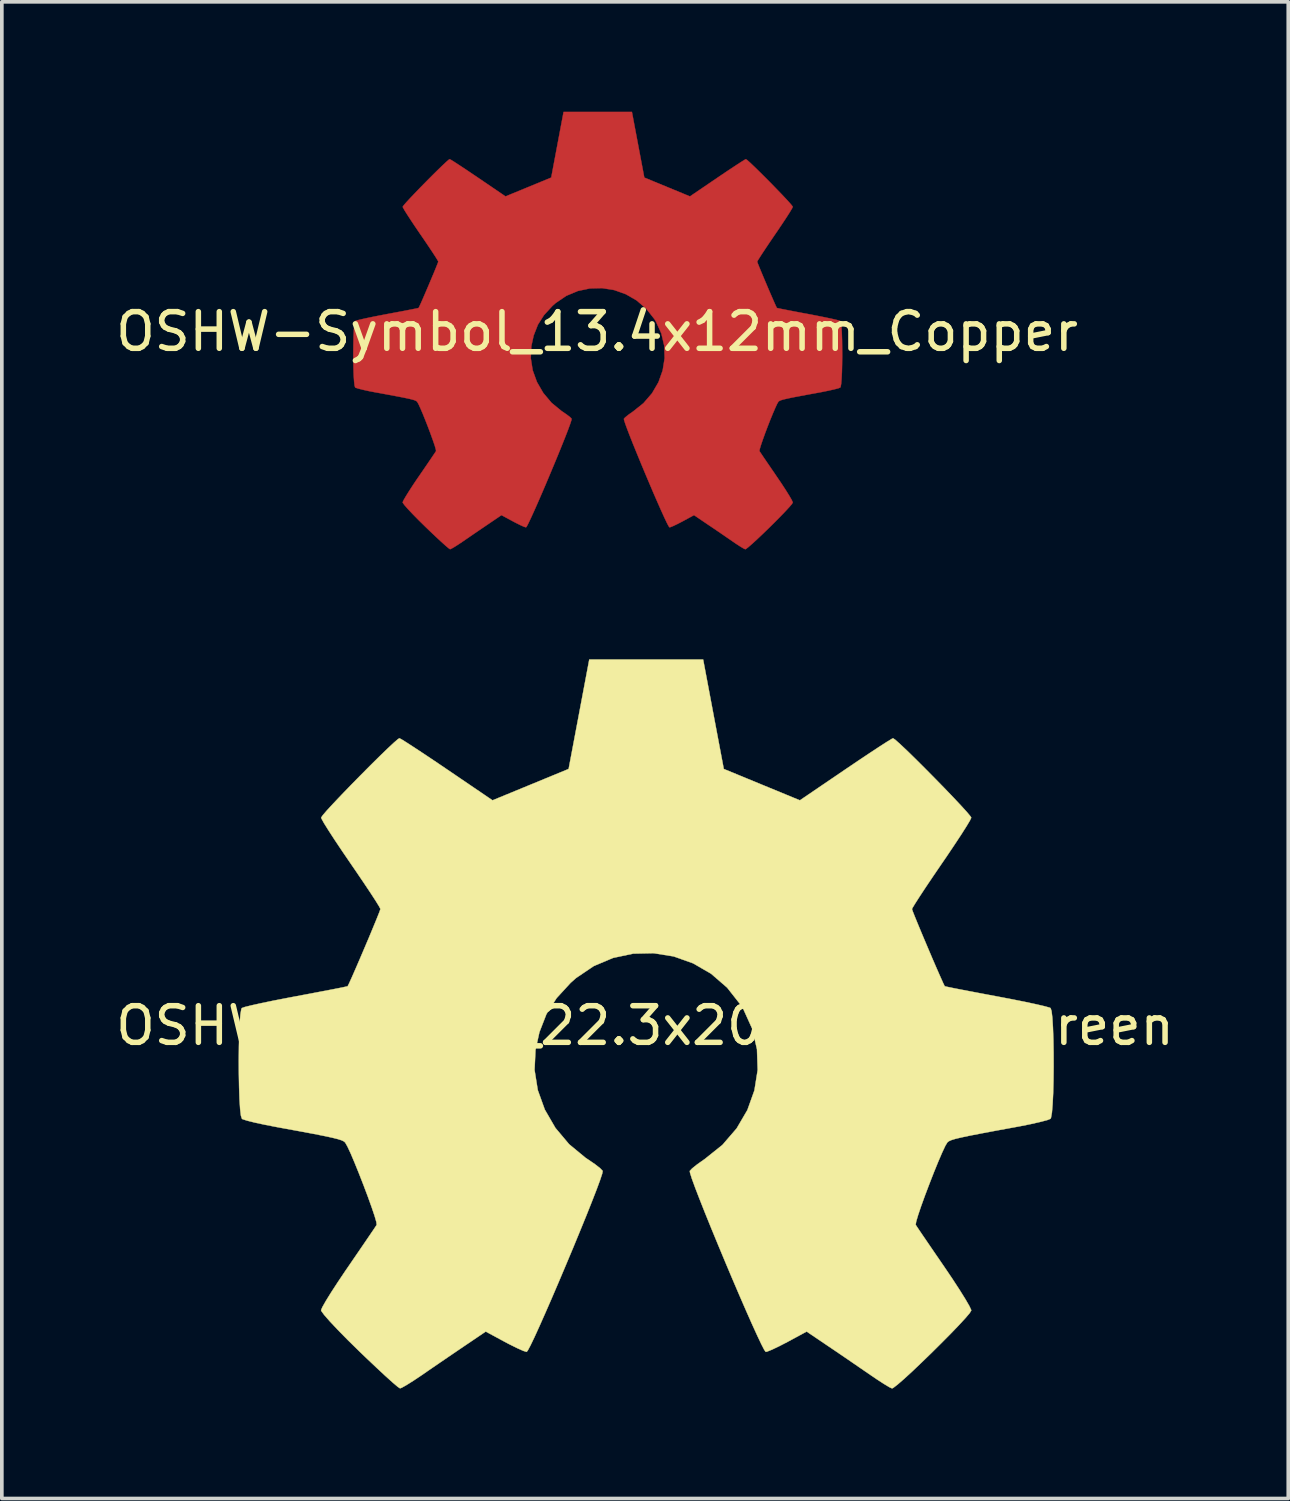
<source format=kicad_pcb>
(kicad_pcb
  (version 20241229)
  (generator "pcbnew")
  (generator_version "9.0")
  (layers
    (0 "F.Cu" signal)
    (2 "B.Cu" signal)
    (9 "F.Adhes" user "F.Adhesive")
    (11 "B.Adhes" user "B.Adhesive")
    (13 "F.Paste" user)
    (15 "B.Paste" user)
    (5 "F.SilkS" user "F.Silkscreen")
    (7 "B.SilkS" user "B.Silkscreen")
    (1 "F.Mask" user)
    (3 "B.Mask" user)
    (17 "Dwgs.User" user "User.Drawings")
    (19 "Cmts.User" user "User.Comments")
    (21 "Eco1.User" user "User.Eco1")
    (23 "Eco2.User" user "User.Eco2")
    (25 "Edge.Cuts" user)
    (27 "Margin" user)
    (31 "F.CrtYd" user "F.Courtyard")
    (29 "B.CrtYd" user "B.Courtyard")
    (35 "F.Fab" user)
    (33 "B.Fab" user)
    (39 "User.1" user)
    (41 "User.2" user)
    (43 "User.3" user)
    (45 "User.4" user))
  (footprint "OSHW-Symbol_22.3x20mm_SilkScreen"
    (layer "F.Cu")
    (at 14.554 24.941)
    (property "Reference" "OSHW-Symbol_22.3x20mm_SilkScreen" (at 0 0 0) (layer "F.SilkS") (effects (font (size 1 1) (thickness 0.15))))
    (attr exclude_from_pos_files exclude_from_bom)
    (fp_poly (pts (xy 1.866 -8.499) (xy 2.148 -7.006) (xy 3.186 -6.578) (xy 4.225 -6.15) (xy 5.471 -6.997) (xy 5.82 -7.233) (xy 6.135 -7.443) (xy 6.402 -7.619) (xy 6.606 -7.75) (xy 6.733 -7.827) (xy 6.767 -7.844) (xy 6.83 -7.801) (xy 6.962 -7.683) (xy 7.151 -7.505) (xy 7.38 -7.281) (xy 7.635 -7.027) (xy 7.901 -6.758) (xy 8.164 -6.489) (xy 8.408 -6.235) (xy 8.618 -6.011) (xy 8.78 -5.833) (xy 8.879 -5.715) (xy 8.902 -5.676) (xy 8.868 -5.603) (xy 8.773 -5.444) (xy 8.627 -5.214) (xy 8.439 -4.929) (xy 8.22 -4.603) (xy 8.093 -4.418) (xy 7.862 -4.079) (xy 7.656 -3.773) (xy 7.487 -3.516) (xy 7.363 -3.322) (xy 7.294 -3.207) (xy 7.284 -3.182) (xy 7.307 -3.114) (xy 7.371 -2.953) (xy 7.465 -2.724) (xy 7.58 -2.448) (xy 7.707 -2.148) (xy 7.835 -1.847) (xy 7.956 -1.567) (xy 8.06 -1.331) (xy 8.136 -1.161) (xy 8.176 -1.08) (xy 8.179 -1.076) (xy 8.242 -1.061) (xy 8.41 -1.026) (xy 8.666 -0.976) (xy 8.992 -0.914) (xy 9.371 -0.842) (xy 9.591 -0.801) (xy 9.996 -0.724) (xy 10.362 -0.651) (xy 10.669 -0.585) (xy 10.901 -0.531) (xy 11.038 -0.493) (xy 11.066 -0.481) (xy 11.093 -0.4) (xy 11.115 -0.215) (xy 11.131 0.051) (xy 11.143 0.376) (xy 11.149 0.74) (xy 11.15 1.12) (xy 11.146 1.495) (xy 11.137 1.843) (xy 11.122 2.143) (xy 11.103 2.373) (xy 11.078 2.512) (xy 11.064 2.541) (xy 10.976 2.576) (xy 10.79 2.625) (xy 10.531 2.684) (xy 10.222 2.746) (xy 10.114 2.766) (xy 9.595 2.861) (xy 9.185 2.938) (xy 8.87 2.999) (xy 8.638 3.048) (xy 8.473 3.087) (xy 8.364 3.12) (xy 8.296 3.15) (xy 8.256 3.179) (xy 8.25 3.185) (xy 8.194 3.278) (xy 8.108 3.461) (xy 8.001 3.71) (xy 7.882 4.002) (xy 7.759 4.317) (xy 7.64 4.631) (xy 7.535 4.921) (xy 7.452 5.167) (xy 7.399 5.345) (xy 7.385 5.432) (xy 7.386 5.435) (xy 7.433 5.507) (xy 7.539 5.665) (xy 7.694 5.892) (xy 7.886 6.173) (xy 8.104 6.491) (xy 8.166 6.581) (xy 8.387 6.908) (xy 8.581 7.206) (xy 8.739 7.459) (xy 8.849 7.649) (xy 8.9 7.759) (xy 8.902 7.772) (xy 8.859 7.843) (xy 8.74 7.983) (xy 8.56 8.178) (xy 8.335 8.412) (xy 8.079 8.67) (xy 7.809 8.938) (xy 7.539 9.199) (xy 7.286 9.44) (xy 7.063 9.644) (xy 6.887 9.797) (xy 6.773 9.884) (xy 6.741 9.899) (xy 6.667 9.865) (xy 6.517 9.775) (xy 6.314 9.643) (xy 6.158 9.537) (xy 5.874 9.342) (xy 5.539 9.112) (xy 5.203 8.883) (xy 5.022 8.761) (xy 4.41 8.347) (xy 3.896 8.625) (xy 3.662 8.746) (xy 3.463 8.841) (xy 3.329 8.895) (xy 3.294 8.902) (xy 3.253 8.847) (xy 3.172 8.69) (xy 3.057 8.447) (xy 2.913 8.131) (xy 2.748 7.758) (xy 2.567 7.341) (xy 2.376 6.895) (xy 2.182 6.435) (xy 1.99 5.974) (xy 1.806 5.528) (xy 1.637 5.111) (xy 1.489 4.737) (xy 1.367 4.421) (xy 1.278 4.177) (xy 1.228 4.019) (xy 1.22 3.965) (xy 1.284 3.896) (xy 1.424 3.784) (xy 1.611 3.652) (xy 1.626 3.642) (xy 2.11 3.255) (xy 2.499 2.804) (xy 2.792 2.303) (xy 2.984 1.766) (xy 3.073 1.208) (xy 3.054 0.643) (xy 2.925 0.086) (xy 2.683 -0.449) (xy 2.611 -0.566) (xy 2.24 -1.038) (xy 1.801 -1.418) (xy 1.31 -1.702) (xy 0.782 -1.89) (xy 0.232 -1.978) (xy -0.325 -1.966) (xy -0.872 -1.85) (xy -1.397 -1.629) (xy -1.882 -1.302) (xy -2.032 -1.169) (xy -2.414 -0.753) (xy -2.692 -0.315) (xy -2.883 0.176) (xy -2.99 0.662) (xy -3.016 1.208) (xy -2.928 1.758) (xy -2.736 2.291) (xy -2.447 2.79) (xy -2.072 3.236) (xy -1.618 3.611) (xy -1.558 3.65) (xy -1.369 3.779) (xy -1.226 3.891) (xy -1.157 3.963) (xy -1.156 3.965) (xy -1.171 4.042) (xy -1.229 4.218) (xy -1.325 4.477) (xy -1.453 4.806) (xy -1.606 5.19) (xy -1.779 5.614) (xy -1.964 6.063) (xy -2.158 6.525) (xy -2.352 6.984) (xy -2.541 7.425) (xy -2.72 7.835) (xy -2.881 8.198) (xy -3.019 8.501) (xy -3.128 8.728) (xy -3.202 8.866) (xy -3.232 8.902) (xy -3.323 8.874) (xy -3.493 8.798) (xy -3.713 8.689) (xy -3.834 8.625) (xy -4.348 8.347) (xy -4.96 8.761) (xy -5.272 8.973) (xy -5.614 9.206) (xy -5.935 9.426) (xy -6.095 9.537) (xy -6.321 9.688) (xy -6.512 9.808) (xy -6.644 9.882) (xy -6.687 9.897) (xy -6.749 9.856) (xy -6.887 9.739) (xy -7.087 9.559) (xy -7.335 9.328) (xy -7.619 9.059) (xy -7.799 8.886) (xy -8.114 8.577) (xy -8.385 8.301) (xy -8.603 8.069) (xy -8.757 7.893) (xy -8.835 7.786) (xy -8.842 7.764) (xy -8.807 7.681) (xy -8.712 7.513) (xy -8.566 7.277) (xy -8.38 6.991) (xy -8.165 6.67) (xy -8.103 6.581) (xy -7.881 6.256) (xy -7.681 5.964) (xy -7.515 5.72) (xy -7.394 5.542) (xy -7.33 5.445) (xy -7.324 5.435) (xy -7.333 5.358) (xy -7.382 5.189) (xy -7.463 4.95) (xy -7.566 4.663) (xy -7.684 4.35) (xy -7.807 4.035) (xy -7.927 3.739) (xy -8.035 3.484) (xy -8.124 3.294) (xy -8.184 3.19) (xy -8.188 3.185) (xy -8.224 3.155) (xy -8.286 3.126) (xy -8.387 3.094) (xy -8.539 3.056) (xy -8.758 3.009) (xy -9.056 2.95) (xy -9.447 2.877) (xy -9.944 2.786) (xy -10.052 2.766) (xy -10.371 2.704) (xy -10.65 2.644) (xy -10.862 2.591) (xy -10.985 2.551) (xy -11.001 2.541) (xy -11.029 2.458) (xy -11.051 2.273) (xy -11.068 2.006) (xy -11.079 1.68) (xy -11.086 1.316) (xy -11.088 0.936) (xy -11.084 0.561) (xy -11.075 0.213) (xy -11.062 -0.086) (xy -11.042 -0.315) (xy -11.018 -0.453) (xy -11.004 -0.481) (xy -10.922 -0.51) (xy -10.736 -0.556) (xy -10.465 -0.616) (xy -10.127 -0.686) (xy -9.74 -0.761) (xy -9.529 -0.801) (xy -9.129 -0.876) (xy -8.773 -0.944) (xy -8.477 -1.001) (xy -8.259 -1.044) (xy -8.137 -1.071) (xy -8.117 -1.076) (xy -8.083 -1.142) (xy -8.011 -1.3) (xy -7.911 -1.528) (xy -7.792 -1.803) (xy -7.664 -2.103) (xy -7.536 -2.404) (xy -7.419 -2.686) (xy -7.321 -2.924) (xy -7.252 -3.097) (xy -7.222 -3.182) (xy -7.222 -3.185) (xy -7.256 -3.252) (xy -7.351 -3.406) (xy -7.497 -3.631) (xy -7.685 -3.912) (xy -7.904 -4.235) (xy -8.031 -4.42) (xy -8.263 -4.76) (xy -8.469 -5.068) (xy -8.639 -5.33) (xy -8.763 -5.529) (xy -8.83 -5.65) (xy -8.84 -5.677) (xy -8.798 -5.74) (xy -8.682 -5.875) (xy -8.506 -6.066) (xy -8.285 -6.299) (xy -8.035 -6.558) (xy -7.77 -6.828) (xy -7.505 -7.095) (xy -7.255 -7.342) (xy -7.034 -7.556) (xy -6.859 -7.72) (xy -6.743 -7.82) (xy -6.704 -7.844) (xy -6.641 -7.811) (xy -6.489 -7.716) (xy -6.265 -7.57) (xy -5.982 -7.383) (xy -5.655 -7.164) (xy -5.409 -6.997) (xy -4.163 -6.15) (xy -3.124 -6.578) (xy -2.086 -7.006) (xy -1.804 -8.499) (xy -1.523 -9.992) (xy 1.585 -9.992) (xy 1.866 -8.499)) (stroke (width 0.01) (type solid)) (fill yes) (layer "F.SilkS")))
  (footprint "OSHW-Symbol_13.4x12mm_Copper"
    (layer "F.Cu")
    (at 13.244 6)
    (property "Reference" "OSHW-Symbol_13.4x12mm_Copper" (at 0 0 0) (layer "F.SilkS") (effects (font (size 1 1) (thickness 0.15))))
    (attr exclude_from_pos_files exclude_from_bom)
    (fp_poly (pts (xy 1.12 -5.099) (xy 1.289 -4.204) (xy 1.912 -3.947) (xy 2.535 -3.69) (xy 3.282 -4.198) (xy 3.492 -4.34) (xy 3.681 -4.466) (xy 3.841 -4.571) (xy 3.964 -4.65) (xy 4.04 -4.696) (xy 4.06 -4.706) (xy 4.098 -4.681) (xy 4.177 -4.61) (xy 4.29 -4.503) (xy 4.428 -4.368) (xy 4.581 -4.216) (xy 4.741 -4.055) (xy 4.898 -3.893) (xy 5.045 -3.741) (xy 5.171 -3.607) (xy 5.268 -3.5) (xy 5.327 -3.429) (xy 5.341 -3.406) (xy 5.321 -3.362) (xy 5.264 -3.267) (xy 5.176 -3.128) (xy 5.063 -2.957) (xy 4.932 -2.762) (xy 4.856 -2.651) (xy 4.717 -2.447) (xy 4.594 -2.264) (xy 4.492 -2.109) (xy 4.418 -1.993) (xy 4.376 -1.924) (xy 4.37 -1.909) (xy 4.384 -1.868) (xy 4.422 -1.772) (xy 4.479 -1.634) (xy 4.548 -1.469) (xy 4.624 -1.289) (xy 4.701 -1.108) (xy 4.774 -0.94) (xy 4.836 -0.798) (xy 4.882 -0.696) (xy 4.906 -0.648) (xy 4.907 -0.646) (xy 4.945 -0.637) (xy 5.046 -0.616) (xy 5.2 -0.586) (xy 5.395 -0.548) (xy 5.622 -0.505) (xy 5.755 -0.481) (xy 5.998 -0.434) (xy 6.217 -0.39) (xy 6.402 -0.351) (xy 6.541 -0.319) (xy 6.623 -0.296) (xy 6.639 -0.289) (xy 6.656 -0.24) (xy 6.669 -0.129) (xy 6.679 0.03) (xy 6.686 0.226) (xy 6.689 0.444) (xy 6.69 0.672) (xy 6.687 0.897) (xy 6.682 1.106) (xy 6.673 1.286) (xy 6.662 1.424) (xy 6.647 1.507) (xy 6.638 1.525) (xy 6.586 1.546) (xy 6.474 1.575) (xy 6.318 1.61) (xy 6.133 1.648) (xy 6.069 1.66) (xy 5.757 1.717) (xy 5.511 1.763) (xy 5.322 1.799) (xy 5.183 1.829) (xy 5.084 1.852) (xy 5.018 1.872) (xy 4.978 1.89) (xy 4.953 1.907) (xy 4.95 1.911) (xy 4.916 1.967) (xy 4.865 2.077) (xy 4.801 2.226) (xy 4.729 2.401) (xy 4.655 2.59) (xy 4.584 2.778) (xy 4.521 2.953) (xy 4.471 3.1) (xy 4.439 3.207) (xy 4.431 3.259) (xy 4.432 3.261) (xy 4.46 3.304) (xy 4.524 3.399) (xy 4.616 3.535) (xy 4.732 3.704) (xy 4.862 3.894) (xy 4.899 3.949) (xy 5.032 4.145) (xy 5.149 4.324) (xy 5.243 4.475) (xy 5.309 4.589) (xy 5.34 4.655) (xy 5.341 4.663) (xy 5.316 4.706) (xy 5.244 4.79) (xy 5.136 4.907) (xy 5.001 5.047) (xy 4.848 5.202) (xy 4.685 5.363) (xy 4.524 5.519) (xy 4.371 5.664) (xy 4.238 5.786) (xy 4.132 5.878) (xy 4.064 5.931) (xy 4.045 5.939) (xy 4 5.919) (xy 3.91 5.865) (xy 3.788 5.786) (xy 3.695 5.722) (xy 3.525 5.605) (xy 3.324 5.467) (xy 3.122 5.33) (xy 3.013 5.257) (xy 2.646 5.008) (xy 2.338 5.175) (xy 2.197 5.248) (xy 2.078 5.305) (xy 1.997 5.337) (xy 1.977 5.341) (xy 1.952 5.308) (xy 1.903 5.214) (xy 1.834 5.068) (xy 1.748 4.879) (xy 1.649 4.655) (xy 1.54 4.405) (xy 1.426 4.137) (xy 1.309 3.861) (xy 1.194 3.585) (xy 1.084 3.317) (xy 0.982 3.067) (xy 0.893 2.842) (xy 0.82 2.652) (xy 0.767 2.506) (xy 0.737 2.411) (xy 0.732 2.379) (xy 0.77 2.338) (xy 0.854 2.27) (xy 0.966 2.191) (xy 0.976 2.185) (xy 1.266 1.953) (xy 1.5 1.682) (xy 1.675 1.382) (xy 1.79 1.06) (xy 1.844 0.725) (xy 1.833 0.386) (xy 1.755 0.052) (xy 1.61 -0.269) (xy 1.567 -0.34) (xy 1.344 -0.623) (xy 1.08 -0.851) (xy 0.786 -1.021) (xy 0.469 -1.134) (xy 0.139 -1.187) (xy -0.195 -1.179) (xy -0.523 -1.11) (xy -0.838 -0.978) (xy -1.129 -0.781) (xy -1.219 -0.701) (xy -1.448 -0.452) (xy -1.615 -0.189) (xy -1.73 0.105) (xy -1.794 0.397) (xy -1.809 0.725) (xy -1.757 1.055) (xy -1.641 1.375) (xy -1.468 1.674) (xy -1.243 1.942) (xy -0.971 2.166) (xy -0.935 2.19) (xy -0.822 2.268) (xy -0.736 2.335) (xy -0.694 2.378) (xy -0.694 2.379) (xy -0.703 2.425) (xy -0.738 2.531) (xy -0.795 2.686) (xy -0.872 2.884) (xy -0.964 3.114) (xy -1.067 3.368) (xy -1.179 3.638) (xy -1.295 3.915) (xy -1.411 4.19) (xy -1.525 4.455) (xy -1.632 4.701) (xy -1.729 4.919) (xy -1.812 5.1) (xy -1.877 5.237) (xy -1.921 5.32) (xy -1.939 5.341) (xy -1.994 5.325) (xy -2.096 5.279) (xy -2.228 5.213) (xy -2.3 5.175) (xy -2.609 5.008) (xy -2.976 5.257) (xy -3.163 5.384) (xy -3.369 5.524) (xy -3.561 5.656) (xy -3.657 5.722) (xy -3.793 5.813) (xy -3.907 5.885) (xy -3.986 5.929) (xy -4.012 5.938) (xy -4.049 5.913) (xy -4.132 5.843) (xy -4.252 5.735) (xy -4.401 5.597) (xy -4.572 5.435) (xy -4.68 5.331) (xy -4.868 5.146) (xy -5.031 4.98) (xy -5.162 4.841) (xy -5.254 4.736) (xy -5.301 4.671) (xy -5.305 4.658) (xy -5.284 4.608) (xy -5.227 4.508) (xy -5.139 4.366) (xy -5.028 4.194) (xy -4.899 4.002) (xy -4.862 3.949) (xy -4.728 3.754) (xy -4.608 3.578) (xy -4.509 3.432) (xy -4.437 3.325) (xy -4.398 3.267) (xy -4.394 3.261) (xy -4.4 3.215) (xy -4.429 3.113) (xy -4.478 2.97) (xy -4.54 2.798) (xy -4.61 2.61) (xy -4.684 2.421) (xy -4.756 2.243) (xy -4.821 2.091) (xy -4.874 1.976) (xy -4.91 1.914) (xy -4.913 1.911) (xy -4.935 1.893) (xy -4.972 1.875) (xy -5.032 1.856) (xy -5.124 1.833) (xy -5.255 1.805) (xy -5.434 1.77) (xy -5.668 1.726) (xy -5.967 1.671) (xy -6.031 1.66) (xy -6.223 1.623) (xy -6.39 1.586) (xy -6.517 1.554) (xy -6.591 1.53) (xy -6.601 1.525) (xy -6.617 1.475) (xy -6.63 1.364) (xy -6.641 1.204) (xy -6.648 1.008) (xy -6.652 0.79) (xy -6.653 0.562) (xy -6.65 0.337) (xy -6.645 0.128) (xy -6.637 -0.052) (xy -6.625 -0.189) (xy -6.611 -0.272) (xy -6.602 -0.289) (xy -6.553 -0.306) (xy -6.442 -0.334) (xy -6.279 -0.37) (xy -6.076 -0.412) (xy -5.844 -0.457) (xy -5.718 -0.481) (xy -5.478 -0.526) (xy -5.264 -0.566) (xy -5.086 -0.601) (xy -4.955 -0.627) (xy -4.882 -0.642) (xy -4.87 -0.646) (xy -4.85 -0.685) (xy -4.806 -0.78) (xy -4.746 -0.917) (xy -4.675 -1.082) (xy -4.598 -1.262) (xy -4.522 -1.443) (xy -4.451 -1.611) (xy -4.392 -1.755) (xy -4.351 -1.858) (xy -4.333 -1.909) (xy -4.333 -1.911) (xy -4.353 -1.951) (xy -4.41 -2.043) (xy -4.498 -2.178) (xy -4.611 -2.347) (xy -4.742 -2.541) (xy -4.819 -2.652) (xy -4.958 -2.856) (xy -5.081 -3.041) (xy -5.183 -3.198) (xy -5.258 -3.317) (xy -5.298 -3.39) (xy -5.304 -3.406) (xy -5.279 -3.444) (xy -5.209 -3.525) (xy -5.103 -3.64) (xy -4.971 -3.779) (xy -4.821 -3.935) (xy -4.662 -4.097) (xy -4.503 -4.257) (xy -4.353 -4.405) (xy -4.221 -4.533) (xy -4.115 -4.632) (xy -4.046 -4.692) (xy -4.022 -4.706) (xy -3.984 -4.686) (xy -3.894 -4.63) (xy -3.759 -4.542) (xy -3.589 -4.43) (xy -3.393 -4.298) (xy -3.245 -4.198) (xy -2.498 -3.69) (xy -1.874 -3.947) (xy -1.251 -4.204) (xy -0.914 -5.995) (xy 0.951 -5.995) (xy 1.12 -5.099)) (stroke (width 0.01) (type solid)) (fill yes) (layer "F.Cu")))
  (gr_rect
    (start -3 -3)
    (end 32.107 37.845)
    (stroke (width 0.1) (type default))
    (fill no)
    (layer "Edge.Cuts")))
</source>
